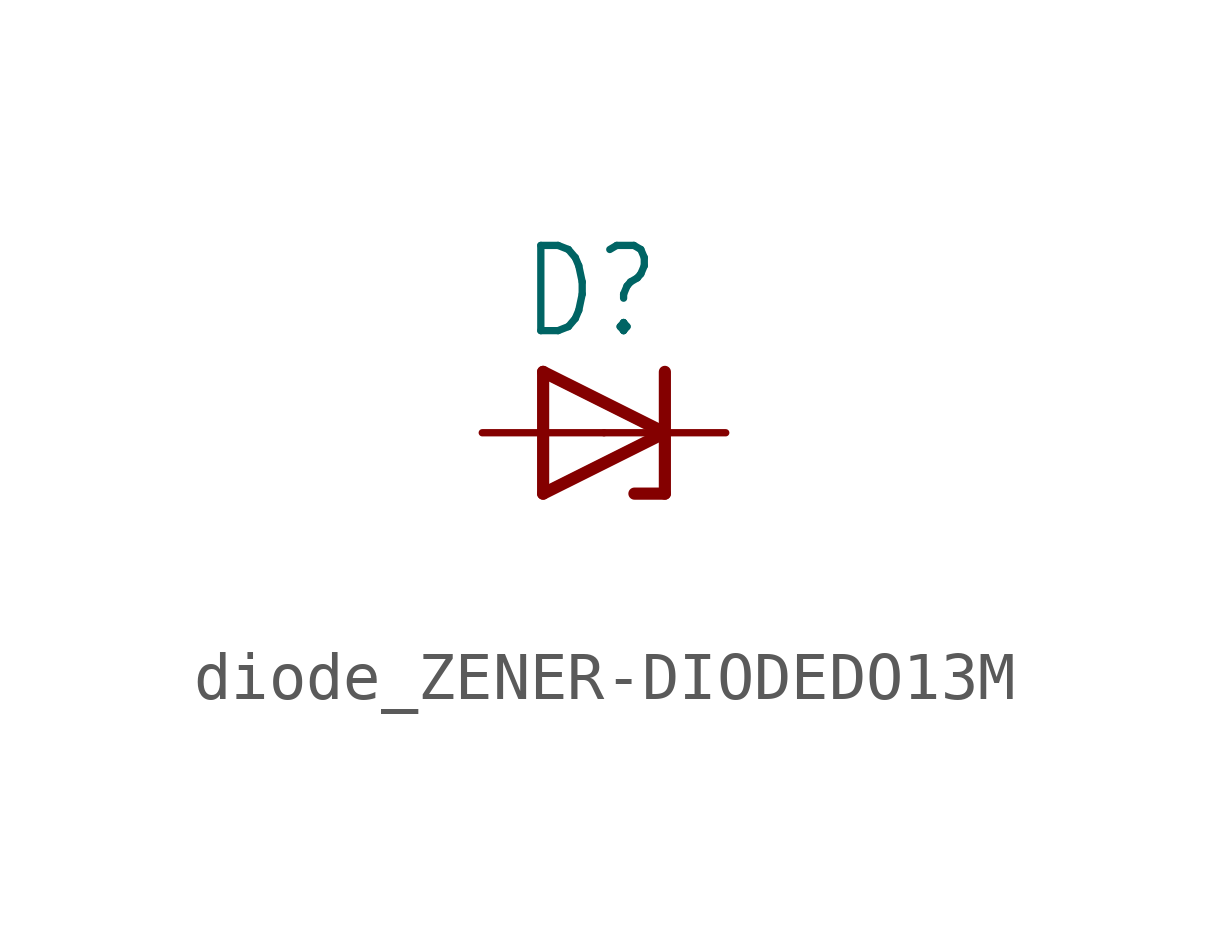
<source format=kicad_sym>
(kicad_symbol_lib
  (version 20241209)
  (generator "kicad_symbol_editor")
  (generator_version "9.0")
  (symbol "diode_ZENER-DIODEDO13M"
    (property "Reference" "D"
      (at -1.778 1.905 0)
      (effects (font (size 1.778 1.511)) (justify left bottom)))
    (property "Value" ""
      (at -1.778 -3.429 0)
      (effects (font (size 1.778 1.511)) (justify left bottom)))
    (property "ki_locked" ""
      (at 0 0 0)
      (effects (font (size 1.27 1.27))))
    (symbol "diode_ZENER-DIODEDO13M_1_0"
      (polyline (pts (xy -1.27 1.27) (xy -1.27 -1.27)) (stroke (width 0.254) (type solid)) (fill (type none)))
      (polyline (pts (xy -1.27 -1.27) (xy 1.27 0)) (stroke (width 0.254) (type solid)) (fill (type none)))
      (polyline (pts (xy 1.27 1.27) (xy 1.27 0)) (stroke (width 0.254) (type solid)) (fill (type none)))
      (polyline (pts (xy 1.27 0) (xy -1.27 1.27)) (stroke (width 0.254) (type solid)) (fill (type none)))
      (polyline (pts (xy 1.27 0) (xy 1.27 -1.27)) (stroke (width 0.254) (type solid)) (fill (type none)))
      (polyline (pts (xy 1.27 -1.27) (xy 0.635 -1.27)) (stroke (width 0.254) (type solid)) (fill (type none)))
      (pin passive line (at -2.54 0 0) (length 2.54) (name "A" (effects (font (size 0 0)))) (number "A" (effects (font (size 0 0)))))
      (pin passive line (at 2.54 0 180) (length 2.54) (name "C" (effects (font (size 0 0)))) (number "C" (effects (font (size 0 0))))))))
</source>
